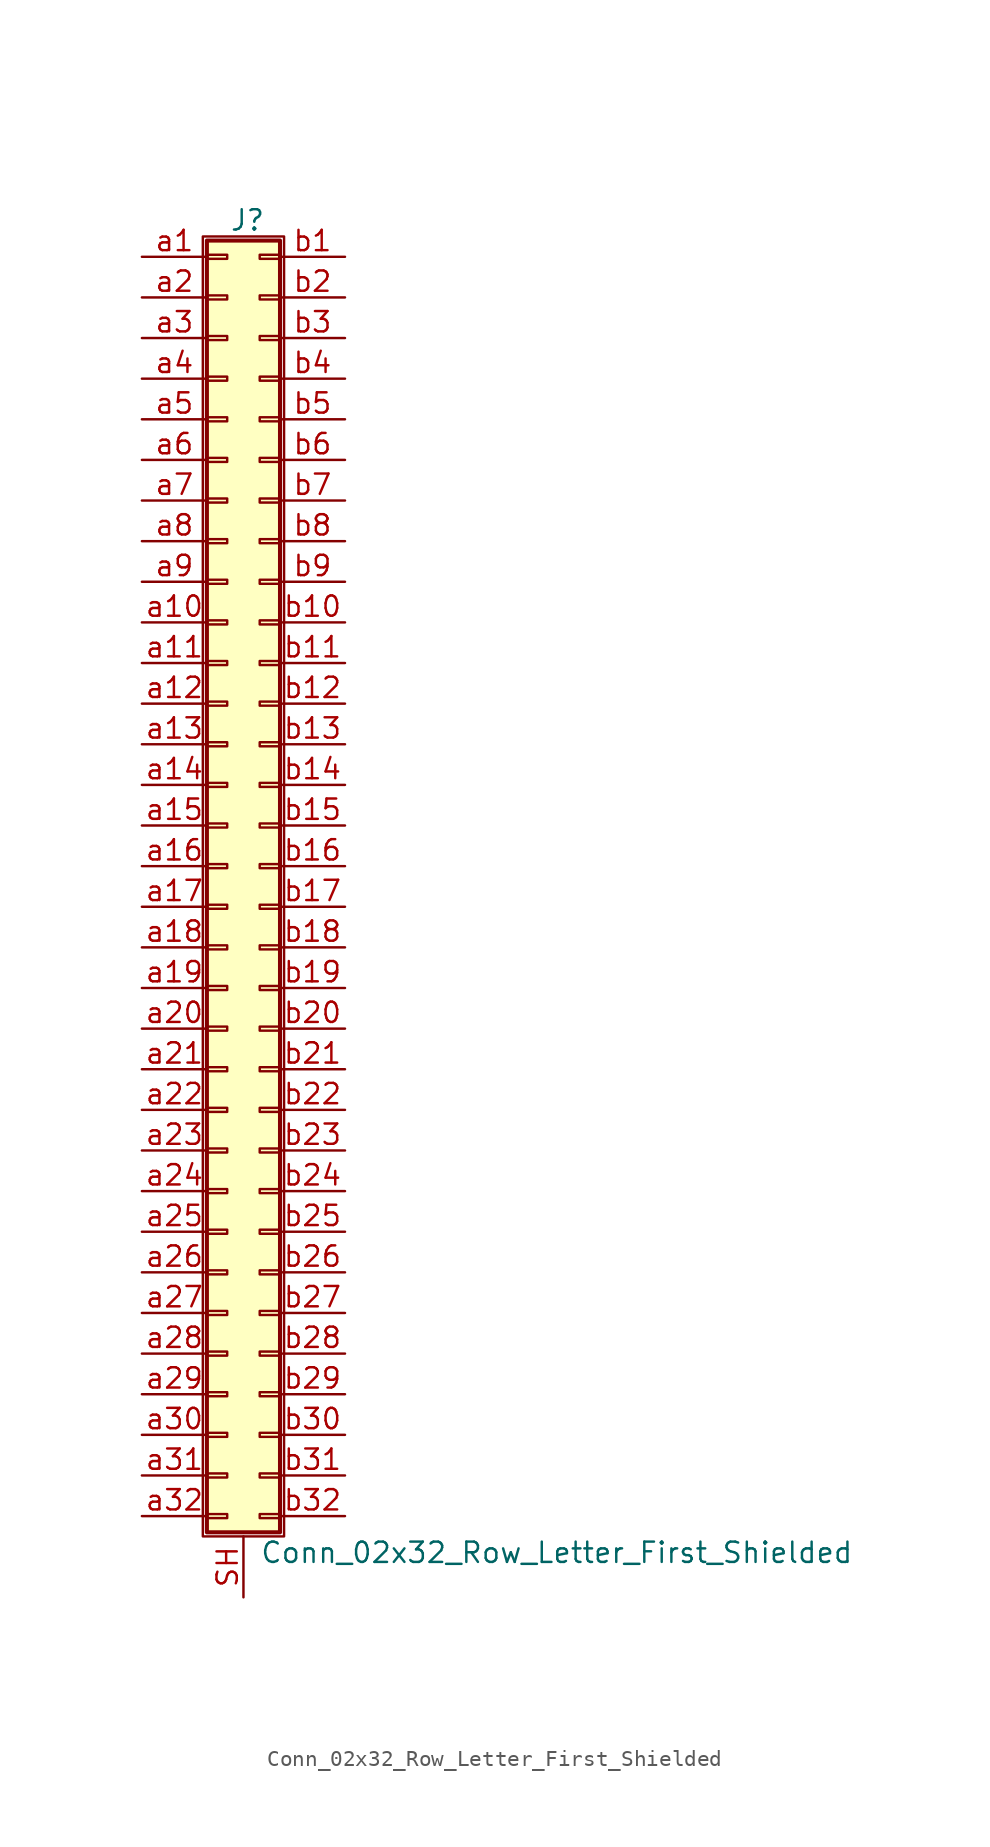
<source format=kicad_sym>
(kicad_symbol_lib
  (version 20201005)
  (generator kicad_symbol_editor)
  (symbol "Connector_Generic_Shielded:Conn_02x32_Row_Letter_First_Shielded"
    (pin_names
      (offset 1.016) hide)
    (property "Reference" "J"
      (at 1.524 40.386 0)
      (effects (font (size 1.27 1.27))))
    (property "Value" "Conn_02x32_Row_Letter_First_Shielded"
      (at 2.286 -42.926 0)
      (effects (font (size 1.27 1.27)) (justify left)))
    (symbol "Conn_02x32_Row_Letter_First_Shielded_1_1"
      (rectangle (start -1.016 -27.813) (end 0.254 -28.067) (stroke (width 0.152)) (fill (type none)))
      (rectangle (start -1.016 -30.353) (end 0.254 -30.607) (stroke (width 0.152)) (fill (type none)))
      (rectangle (start -1.016 -32.893) (end 0.254 -33.147) (stroke (width 0.152)) (fill (type none)))
      (rectangle (start -1.016 -35.433) (end 0.254 -35.687) (stroke (width 0.152)) (fill (type none)))
      (rectangle (start -1.016 -37.973) (end 0.254 -38.227) (stroke (width 0.152)) (fill (type none)))
      (rectangle (start -1.016 -40.513) (end 0.254 -40.767) (stroke (width 0.152)) (fill (type none)))
      (rectangle (start -1.016 -4.953) (end 0.254 -5.207) (stroke (width 0.152)) (fill (type none)))
      (rectangle (start -1.016 -7.493) (end 0.254 -7.747) (stroke (width 0.152)) (fill (type none)))
      (rectangle (start -1.016 -10.033) (end 0.254 -10.287) (stroke (width 0.152)) (fill (type none)))
      (rectangle (start -1.016 -12.573) (end 0.254 -12.827) (stroke (width 0.152)) (fill (type none)))
      (rectangle (start -1.016 -15.113) (end 0.254 -15.367) (stroke (width 0.152)) (fill (type none)))
      (rectangle (start -1.016 -17.653) (end 0.254 -17.907) (stroke (width 0.152)) (fill (type none)))
      (rectangle (start -1.016 -20.193) (end 0.254 -20.447) (stroke (width 0.152)) (fill (type none)))
      (rectangle (start -1.016 -22.733) (end 0.254 -22.987) (stroke (width 0.152)) (fill (type none)))
      (rectangle (start -1.016 -2.413) (end 0.254 -2.667) (stroke (width 0.152)) (fill (type none)))
      (rectangle (start -1.016 -25.273) (end 0.254 -25.527) (stroke (width 0.152)) (fill (type none)))
      (rectangle (start -1.016 25.527) (end 0.254 25.273) (stroke (width 0.152)) (fill (type none)))
      (rectangle (start -1.016 2.667) (end 0.254 2.413) (stroke (width 0.152)) (fill (type none)))
      (rectangle (start -1.016 28.067) (end 0.254 27.813) (stroke (width 0.152)) (fill (type none)))
      (rectangle (start -1.016 30.607) (end 0.254 30.353) (stroke (width 0.152)) (fill (type none)))
      (rectangle (start -1.016 33.147) (end 0.254 32.893) (stroke (width 0.152)) (fill (type none)))
      (rectangle (start -1.016 35.687) (end 0.254 35.433) (stroke (width 0.152)) (fill (type none)))
      (rectangle (start -1.016 38.227) (end 0.254 37.973) (stroke (width 0.152)) (fill (type none)))
      (rectangle (start -1.016 39.116) (end 3.556 -41.656) (stroke (width 0.254)) (fill (type background)))
      (rectangle (start -1.016 5.207) (end 0.254 4.953) (stroke (width 0.152)) (fill (type none)))
      (rectangle (start -1.016 7.747) (end 0.254 7.493) (stroke (width 0.152)) (fill (type none)))
      (rectangle (start -1.016 10.287) (end 0.254 10.033) (stroke (width 0.152)) (fill (type none)))
      (rectangle (start -1.016 0.127) (end 0.254 -0.127) (stroke (width 0.152)) (fill (type none)))
      (rectangle (start -1.016 12.827) (end 0.254 12.573) (stroke (width 0.152)) (fill (type none)))
      (rectangle (start -1.016 15.367) (end 0.254 15.113) (stroke (width 0.152)) (fill (type none)))
      (rectangle (start -1.016 17.907) (end 0.254 17.653) (stroke (width 0.152)) (fill (type none)))
      (rectangle (start -1.016 20.447) (end 0.254 20.193) (stroke (width 0.152)) (fill (type none)))
      (rectangle (start -1.016 22.987) (end 0.254 22.733) (stroke (width 0.152)) (fill (type none)))
      (rectangle (start -1.27 39.37) (end 3.81 -41.91) (stroke (width 0.152)) (fill (type none)))
      (rectangle (start 3.556 -27.813) (end 2.286 -28.067) (stroke (width 0.152)) (fill (type none)))
      (rectangle (start 3.556 -30.353) (end 2.286 -30.607) (stroke (width 0.152)) (fill (type none)))
      (rectangle (start 3.556 -32.893) (end 2.286 -33.147) (stroke (width 0.152)) (fill (type none)))
      (rectangle (start 3.556 -35.433) (end 2.286 -35.687) (stroke (width 0.152)) (fill (type none)))
      (rectangle (start 3.556 -37.973) (end 2.286 -38.227) (stroke (width 0.152)) (fill (type none)))
      (rectangle (start 3.556 -40.513) (end 2.286 -40.767) (stroke (width 0.152)) (fill (type none)))
      (rectangle (start 3.556 -4.953) (end 2.286 -5.207) (stroke (width 0.152)) (fill (type none)))
      (rectangle (start 3.556 -7.493) (end 2.286 -7.747) (stroke (width 0.152)) (fill (type none)))
      (rectangle (start 3.556 -10.033) (end 2.286 -10.287) (stroke (width 0.152)) (fill (type none)))
      (rectangle (start 3.556 -12.573) (end 2.286 -12.827) (stroke (width 0.152)) (fill (type none)))
      (rectangle (start 3.556 -15.113) (end 2.286 -15.367) (stroke (width 0.152)) (fill (type none)))
      (rectangle (start 3.556 -17.653) (end 2.286 -17.907) (stroke (width 0.152)) (fill (type none)))
      (rectangle (start 3.556 -20.193) (end 2.286 -20.447) (stroke (width 0.152)) (fill (type none)))
      (rectangle (start 3.556 -22.733) (end 2.286 -22.987) (stroke (width 0.152)) (fill (type none)))
      (rectangle (start 3.556 -2.413) (end 2.286 -2.667) (stroke (width 0.152)) (fill (type none)))
      (rectangle (start 3.556 -25.273) (end 2.286 -25.527) (stroke (width 0.152)) (fill (type none)))
      (rectangle (start 3.556 25.527) (end 2.286 25.273) (stroke (width 0.152)) (fill (type none)))
      (rectangle (start 3.556 2.667) (end 2.286 2.413) (stroke (width 0.152)) (fill (type none)))
      (rectangle (start 3.556 28.067) (end 2.286 27.813) (stroke (width 0.152)) (fill (type none)))
      (rectangle (start 3.556 30.607) (end 2.286 30.353) (stroke (width 0.152)) (fill (type none)))
      (rectangle (start 3.556 33.147) (end 2.286 32.893) (stroke (width 0.152)) (fill (type none)))
      (rectangle (start 3.556 35.687) (end 2.286 35.433) (stroke (width 0.152)) (fill (type none)))
      (rectangle (start 3.556 38.227) (end 2.286 37.973) (stroke (width 0.152)) (fill (type none)))
      (rectangle (start 3.556 5.207) (end 2.286 4.953) (stroke (width 0.152)) (fill (type none)))
      (rectangle (start 3.556 7.747) (end 2.286 7.493) (stroke (width 0.152)) (fill (type none)))
      (rectangle (start 3.556 10.287) (end 2.286 10.033) (stroke (width 0.152)) (fill (type none)))
      (rectangle (start 3.556 0.127) (end 2.286 -0.127) (stroke (width 0.152)) (fill (type none)))
      (rectangle (start 3.556 12.827) (end 2.286 12.573) (stroke (width 0.152)) (fill (type none)))
      (rectangle (start 3.556 15.367) (end 2.286 15.113) (stroke (width 0.152)) (fill (type none)))
      (rectangle (start 3.556 17.907) (end 2.286 17.653) (stroke (width 0.152)) (fill (type none)))
      (rectangle (start 3.556 20.447) (end 2.286 20.193) (stroke (width 0.152)) (fill (type none)))
      (rectangle (start 3.556 22.987) (end 2.286 22.733) (stroke (width 0.152)) (fill (type none)))
      (pin passive line (at -5.08 38.1 0) (length 4.064) (name "Pin_a1" (effects (font (size 1.27 1.27)))) (number "a1" (effects (font (size 1.27 1.27)))))
      (pin passive line (at -5.08 15.24 0) (length 4.064) (name "Pin_a10" (effects (font (size 1.27 1.27)))) (number "a10" (effects (font (size 1.27 1.27)))))
      (pin passive line (at -5.08 12.7 0) (length 4.064) (name "Pin_a11" (effects (font (size 1.27 1.27)))) (number "a11" (effects (font (size 1.27 1.27)))))
      (pin passive line (at -5.08 10.16 0) (length 4.064) (name "Pin_a12" (effects (font (size 1.27 1.27)))) (number "a12" (effects (font (size 1.27 1.27)))))
      (pin passive line (at -5.08 7.62 0) (length 4.064) (name "Pin_a13" (effects (font (size 1.27 1.27)))) (number "a13" (effects (font (size 1.27 1.27)))))
      (pin passive line (at -5.08 5.08 0) (length 4.064) (name "Pin_a14" (effects (font (size 1.27 1.27)))) (number "a14" (effects (font (size 1.27 1.27)))))
      (pin passive line (at -5.08 2.54 0) (length 4.064) (name "Pin_a15" (effects (font (size 1.27 1.27)))) (number "a15" (effects (font (size 1.27 1.27)))))
      (pin passive line (at -5.08 0 0) (length 4.064) (name "Pin_a16" (effects (font (size 1.27 1.27)))) (number "a16" (effects (font (size 1.27 1.27)))))
      (pin passive line (at -5.08 -2.54 0) (length 4.064) (name "Pin_a17" (effects (font (size 1.27 1.27)))) (number "a17" (effects (font (size 1.27 1.27)))))
      (pin passive line (at -5.08 -5.08 0) (length 4.064) (name "Pin_a18" (effects (font (size 1.27 1.27)))) (number "a18" (effects (font (size 1.27 1.27)))))
      (pin passive line (at -5.08 -7.62 0) (length 4.064) (name "Pin_a19" (effects (font (size 1.27 1.27)))) (number "a19" (effects (font (size 1.27 1.27)))))
      (pin passive line (at -5.08 35.56 0) (length 4.064) (name "Pin_a2" (effects (font (size 1.27 1.27)))) (number "a2" (effects (font (size 1.27 1.27)))))
      (pin passive line (at -5.08 -10.16 0) (length 4.064) (name "Pin_a20" (effects (font (size 1.27 1.27)))) (number "a20" (effects (font (size 1.27 1.27)))))
      (pin passive line (at -5.08 -12.7 0) (length 4.064) (name "Pin_a21" (effects (font (size 1.27 1.27)))) (number "a21" (effects (font (size 1.27 1.27)))))
      (pin passive line (at -5.08 -15.24 0) (length 4.064) (name "Pin_a22" (effects (font (size 1.27 1.27)))) (number "a22" (effects (font (size 1.27 1.27)))))
      (pin passive line (at -5.08 -17.78 0) (length 4.064) (name "Pin_a23" (effects (font (size 1.27 1.27)))) (number "a23" (effects (font (size 1.27 1.27)))))
      (pin passive line (at -5.08 -20.32 0) (length 4.064) (name "Pin_a24" (effects (font (size 1.27 1.27)))) (number "a24" (effects (font (size 1.27 1.27)))))
      (pin passive line (at -5.08 -22.86 0) (length 4.064) (name "Pin_a25" (effects (font (size 1.27 1.27)))) (number "a25" (effects (font (size 1.27 1.27)))))
      (pin passive line (at -5.08 -25.4 0) (length 4.064) (name "Pin_a26" (effects (font (size 1.27 1.27)))) (number "a26" (effects (font (size 1.27 1.27)))))
      (pin passive line (at -5.08 -27.94 0) (length 4.064) (name "Pin_a27" (effects (font (size 1.27 1.27)))) (number "a27" (effects (font (size 1.27 1.27)))))
      (pin passive line (at -5.08 -30.48 0) (length 4.064) (name "Pin_a28" (effects (font (size 1.27 1.27)))) (number "a28" (effects (font (size 1.27 1.27)))))
      (pin passive line (at -5.08 -33.02 0) (length 4.064) (name "Pin_a29" (effects (font (size 1.27 1.27)))) (number "a29" (effects (font (size 1.27 1.27)))))
      (pin passive line (at -5.08 33.02 0) (length 4.064) (name "Pin_a3" (effects (font (size 1.27 1.27)))) (number "a3" (effects (font (size 1.27 1.27)))))
      (pin passive line (at -5.08 -35.56 0) (length 4.064) (name "Pin_a30" (effects (font (size 1.27 1.27)))) (number "a30" (effects (font (size 1.27 1.27)))))
      (pin passive line (at -5.08 -38.1 0) (length 4.064) (name "Pin_a31" (effects (font (size 1.27 1.27)))) (number "a31" (effects (font (size 1.27 1.27)))))
      (pin passive line (at -5.08 -40.64 0) (length 4.064) (name "Pin_a32" (effects (font (size 1.27 1.27)))) (number "a32" (effects (font (size 1.27 1.27)))))
      (pin passive line (at -5.08 30.48 0) (length 4.064) (name "Pin_a4" (effects (font (size 1.27 1.27)))) (number "a4" (effects (font (size 1.27 1.27)))))
      (pin passive line (at -5.08 27.94 0) (length 4.064) (name "Pin_a5" (effects (font (size 1.27 1.27)))) (number "a5" (effects (font (size 1.27 1.27)))))
      (pin passive line (at -5.08 25.4 0) (length 4.064) (name "Pin_a6" (effects (font (size 1.27 1.27)))) (number "a6" (effects (font (size 1.27 1.27)))))
      (pin passive line (at -5.08 22.86 0) (length 4.064) (name "Pin_a7" (effects (font (size 1.27 1.27)))) (number "a7" (effects (font (size 1.27 1.27)))))
      (pin passive line (at -5.08 20.32 0) (length 4.064) (name "Pin_a8" (effects (font (size 1.27 1.27)))) (number "a8" (effects (font (size 1.27 1.27)))))
      (pin passive line (at -5.08 17.78 0) (length 4.064) (name "Pin_a9" (effects (font (size 1.27 1.27)))) (number "a9" (effects (font (size 1.27 1.27)))))
      (pin passive line (at 7.62 38.1 180) (length 4.064) (name "Pin_b1" (effects (font (size 1.27 1.27)))) (number "b1" (effects (font (size 1.27 1.27)))))
      (pin passive line (at 7.62 15.24 180) (length 4.064) (name "Pin_b10" (effects (font (size 1.27 1.27)))) (number "b10" (effects (font (size 1.27 1.27)))))
      (pin passive line (at 7.62 12.7 180) (length 4.064) (name "Pin_b11" (effects (font (size 1.27 1.27)))) (number "b11" (effects (font (size 1.27 1.27)))))
      (pin passive line (at 7.62 10.16 180) (length 4.064) (name "Pin_b12" (effects (font (size 1.27 1.27)))) (number "b12" (effects (font (size 1.27 1.27)))))
      (pin passive line (at 7.62 7.62 180) (length 4.064) (name "Pin_b13" (effects (font (size 1.27 1.27)))) (number "b13" (effects (font (size 1.27 1.27)))))
      (pin passive line (at 7.62 5.08 180) (length 4.064) (name "Pin_b14" (effects (font (size 1.27 1.27)))) (number "b14" (effects (font (size 1.27 1.27)))))
      (pin passive line (at 7.62 2.54 180) (length 4.064) (name "Pin_b15" (effects (font (size 1.27 1.27)))) (number "b15" (effects (font (size 1.27 1.27)))))
      (pin passive line (at 7.62 0 180) (length 4.064) (name "Pin_b16" (effects (font (size 1.27 1.27)))) (number "b16" (effects (font (size 1.27 1.27)))))
      (pin passive line (at 7.62 -2.54 180) (length 4.064) (name "Pin_b17" (effects (font (size 1.27 1.27)))) (number "b17" (effects (font (size 1.27 1.27)))))
      (pin passive line (at 7.62 -5.08 180) (length 4.064) (name "Pin_b18" (effects (font (size 1.27 1.27)))) (number "b18" (effects (font (size 1.27 1.27)))))
      (pin passive line (at 7.62 -7.62 180) (length 4.064) (name "Pin_b19" (effects (font (size 1.27 1.27)))) (number "b19" (effects (font (size 1.27 1.27)))))
      (pin passive line (at 7.62 35.56 180) (length 4.064) (name "Pin_b2" (effects (font (size 1.27 1.27)))) (number "b2" (effects (font (size 1.27 1.27)))))
      (pin passive line (at 7.62 -10.16 180) (length 4.064) (name "Pin_b20" (effects (font (size 1.27 1.27)))) (number "b20" (effects (font (size 1.27 1.27)))))
      (pin passive line (at 7.62 -12.7 180) (length 4.064) (name "Pin_b21" (effects (font (size 1.27 1.27)))) (number "b21" (effects (font (size 1.27 1.27)))))
      (pin passive line (at 7.62 -15.24 180) (length 4.064) (name "Pin_b22" (effects (font (size 1.27 1.27)))) (number "b22" (effects (font (size 1.27 1.27)))))
      (pin passive line (at 7.62 -17.78 180) (length 4.064) (name "Pin_b23" (effects (font (size 1.27 1.27)))) (number "b23" (effects (font (size 1.27 1.27)))))
      (pin passive line (at 7.62 -20.32 180) (length 4.064) (name "Pin_b24" (effects (font (size 1.27 1.27)))) (number "b24" (effects (font (size 1.27 1.27)))))
      (pin passive line (at 7.62 -22.86 180) (length 4.064) (name "Pin_b25" (effects (font (size 1.27 1.27)))) (number "b25" (effects (font (size 1.27 1.27)))))
      (pin passive line (at 7.62 -25.4 180) (length 4.064) (name "Pin_b26" (effects (font (size 1.27 1.27)))) (number "b26" (effects (font (size 1.27 1.27)))))
      (pin passive line (at 7.62 -27.94 180) (length 4.064) (name "Pin_b27" (effects (font (size 1.27 1.27)))) (number "b27" (effects (font (size 1.27 1.27)))))
      (pin passive line (at 7.62 -30.48 180) (length 4.064) (name "Pin_b28" (effects (font (size 1.27 1.27)))) (number "b28" (effects (font (size 1.27 1.27)))))
      (pin passive line (at 7.62 -33.02 180) (length 4.064) (name "Pin_b29" (effects (font (size 1.27 1.27)))) (number "b29" (effects (font (size 1.27 1.27)))))
      (pin passive line (at 7.62 33.02 180) (length 4.064) (name "Pin_b3" (effects (font (size 1.27 1.27)))) (number "b3" (effects (font (size 1.27 1.27)))))
      (pin passive line (at 7.62 -35.56 180) (length 4.064) (name "Pin_b30" (effects (font (size 1.27 1.27)))) (number "b30" (effects (font (size 1.27 1.27)))))
      (pin passive line (at 7.62 -38.1 180) (length 4.064) (name "Pin_b31" (effects (font (size 1.27 1.27)))) (number "b31" (effects (font (size 1.27 1.27)))))
      (pin passive line (at 7.62 -40.64 180) (length 4.064) (name "Pin_b32" (effects (font (size 1.27 1.27)))) (number "b32" (effects (font (size 1.27 1.27)))))
      (pin passive line (at 7.62 30.48 180) (length 4.064) (name "Pin_b4" (effects (font (size 1.27 1.27)))) (number "b4" (effects (font (size 1.27 1.27)))))
      (pin passive line (at 7.62 27.94 180) (length 4.064) (name "Pin_b5" (effects (font (size 1.27 1.27)))) (number "b5" (effects (font (size 1.27 1.27)))))
      (pin passive line (at 7.62 25.4 180) (length 4.064) (name "Pin_b6" (effects (font (size 1.27 1.27)))) (number "b6" (effects (font (size 1.27 1.27)))))
      (pin passive line (at 7.62 22.86 180) (length 4.064) (name "Pin_b7" (effects (font (size 1.27 1.27)))) (number "b7" (effects (font (size 1.27 1.27)))))
      (pin passive line (at 7.62 20.32 180) (length 4.064) (name "Pin_b8" (effects (font (size 1.27 1.27)))) (number "b8" (effects (font (size 1.27 1.27)))))
      (pin passive line (at 7.62 17.78 180) (length 4.064) (name "Pin_b9" (effects (font (size 1.27 1.27)))) (number "b9" (effects (font (size 1.27 1.27)))))
      (pin passive line (at 1.27 -45.72 90) (length 3.81) (name "Shield" (effects (font (size 1.27 1.27)))) (number "SH" (effects (font (size 1.27 1.27))))))))
</source>
